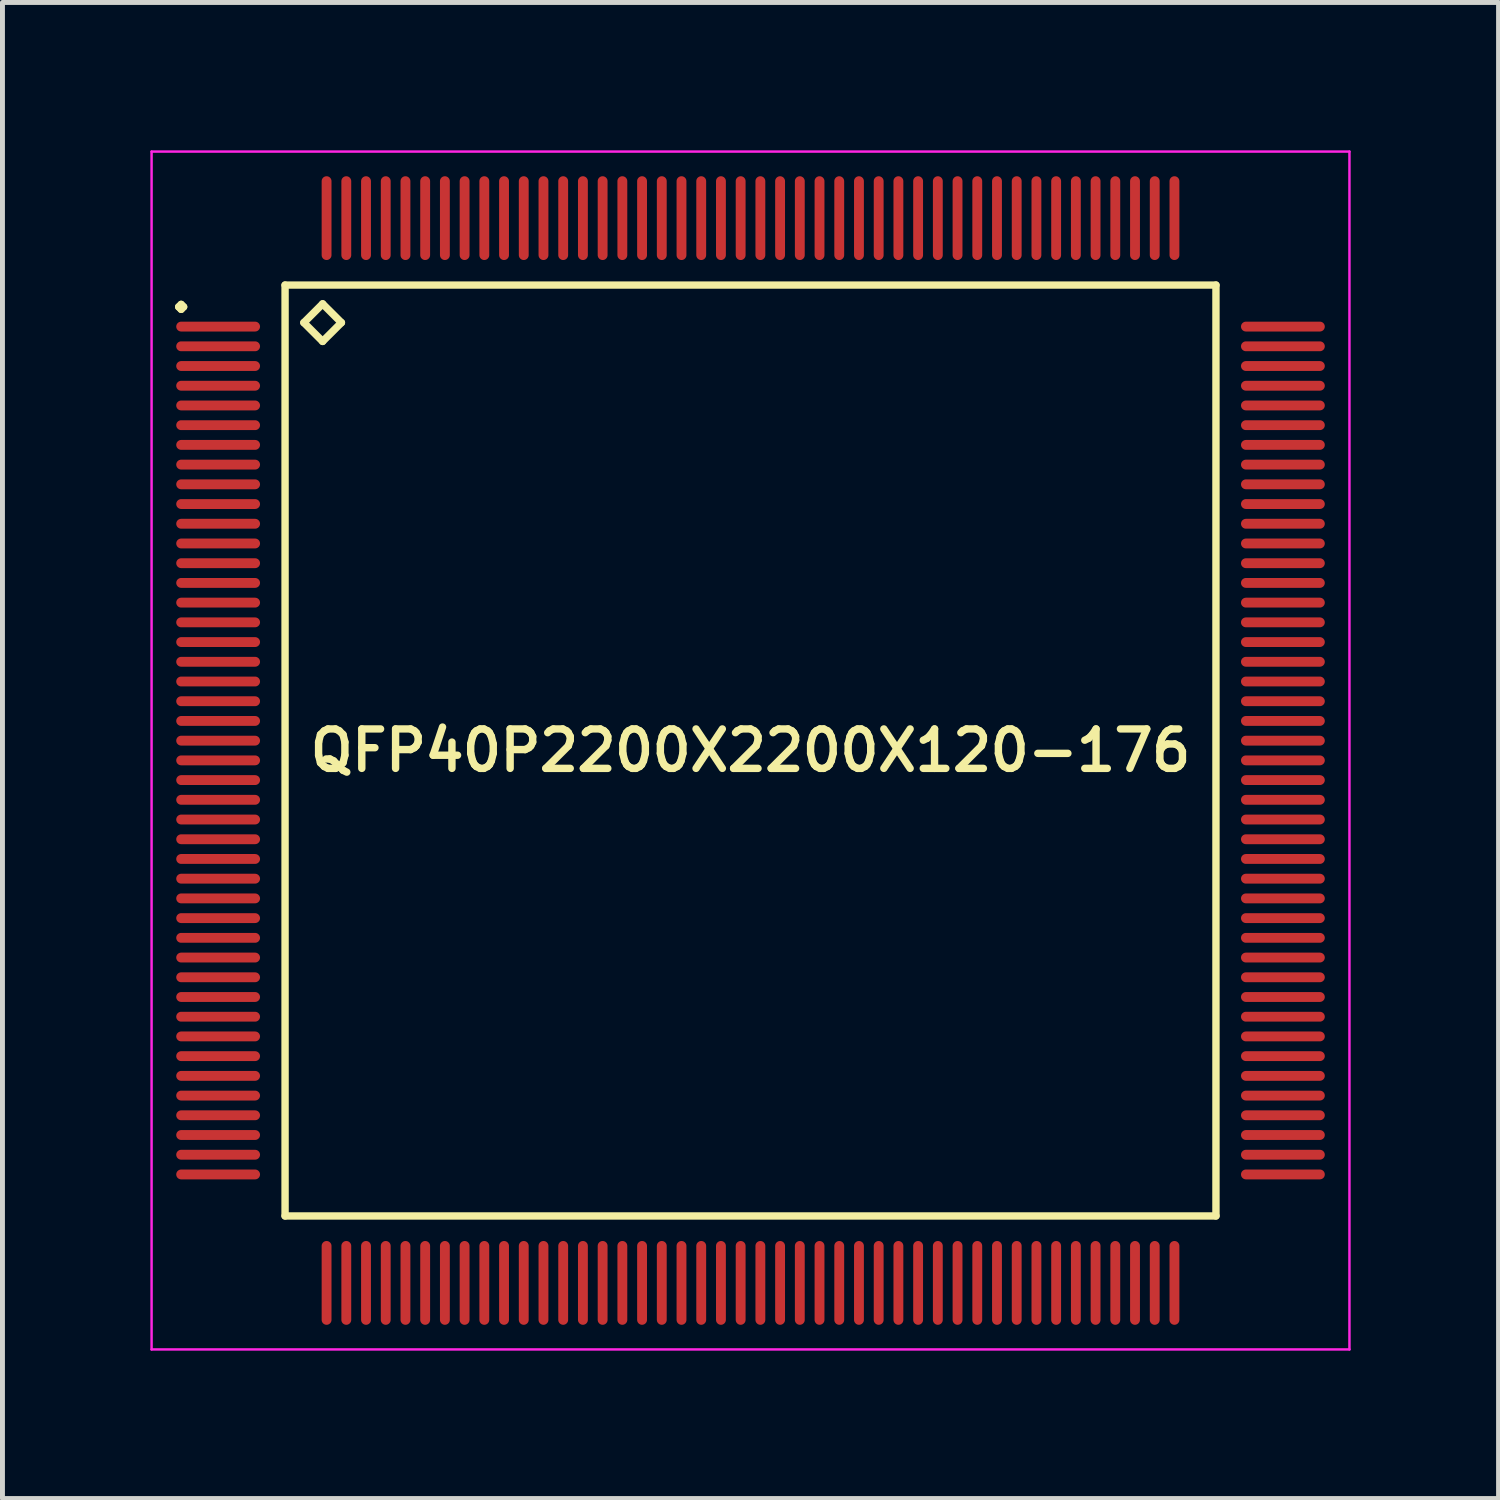
<source format=kicad_pcb>
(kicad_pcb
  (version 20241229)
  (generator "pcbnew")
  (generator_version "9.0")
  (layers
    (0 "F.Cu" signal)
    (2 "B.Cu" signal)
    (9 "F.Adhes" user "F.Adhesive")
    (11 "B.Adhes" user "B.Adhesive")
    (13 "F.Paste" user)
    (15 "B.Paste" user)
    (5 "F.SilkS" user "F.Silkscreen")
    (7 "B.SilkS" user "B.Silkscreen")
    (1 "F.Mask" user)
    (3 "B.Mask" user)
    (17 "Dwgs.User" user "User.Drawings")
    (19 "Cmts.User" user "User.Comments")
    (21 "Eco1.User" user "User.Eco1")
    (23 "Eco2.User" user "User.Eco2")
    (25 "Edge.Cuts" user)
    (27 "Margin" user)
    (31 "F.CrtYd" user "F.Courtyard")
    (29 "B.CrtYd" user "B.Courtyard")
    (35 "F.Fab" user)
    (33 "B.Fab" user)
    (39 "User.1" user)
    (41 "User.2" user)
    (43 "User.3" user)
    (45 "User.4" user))
  (footprint "QFP40P2200X2200X120-176"
    (layer "F.Cu")
    (at 12.175 12.175)
    (property "Reference" "QFP40P2200X2200X120-176" (at 0 0 0) (layer "F.SilkS") (effects (font (size 0.8 0.8) (thickness 0.15))))
    (attr smd)
    (fp_line (start -11.6 -9) (end -11.55 -9.05) (stroke (width 0.15) (type solid)) (layer "F.SilkS"))
    (fp_line (start -11.55 -9.05) (end -11.5 -9) (stroke (width 0.15) (type solid)) (layer "F.SilkS"))
    (fp_line (start -11.55 -8.95) (end -11.6 -9) (stroke (width 0.15) (type solid)) (layer "F.SilkS"))
    (fp_line (start -11.5 -9) (end -11.55 -8.95) (stroke (width 0.15) (type solid)) (layer "F.SilkS"))
    (fp_line (start -9.442 -9.442) (end -9.442 9.442) (stroke (width 0.15) (type solid)) (layer "F.SilkS"))
    (fp_line (start -9.442 9.442) (end 9.442 9.442) (stroke (width 0.15) (type solid)) (layer "F.SilkS"))
    (fp_line (start -9.061 -8.68) (end -8.68 -9.061) (stroke (width 0.15) (type solid)) (layer "F.SilkS"))
    (fp_line (start -8.68 -9.061) (end -8.299 -8.68) (stroke (width 0.15) (type solid)) (layer "F.SilkS"))
    (fp_line (start -8.68 -8.299) (end -9.061 -8.68) (stroke (width 0.15) (type solid)) (layer "F.SilkS"))
    (fp_line (start -8.299 -8.68) (end -8.68 -8.299) (stroke (width 0.15) (type solid)) (layer "F.SilkS"))
    (fp_line (start 9.442 -9.442) (end -9.442 -9.442) (stroke (width 0.15) (type solid)) (layer "F.SilkS"))
    (fp_line (start 9.442 9.442) (end 9.442 -9.442) (stroke (width 0.15) (type solid)) (layer "F.SilkS"))
    (fp_line (start -12.15 -12.15) (end 12.15 -12.15) (stroke (width 0.05) (type solid)) (layer "F.CrtYd"))
    (fp_line (start -12.15 12.15) (end -12.15 -12.15) (stroke (width 0.05) (type solid)) (layer "F.CrtYd"))
    (fp_line (start 12.15 -12.15) (end 12.15 12.15) (stroke (width 0.05) (type solid)) (layer "F.CrtYd"))
    (fp_line (start 12.15 12.15) (end -12.15 12.15) (stroke (width 0.05) (type solid)) (layer "F.CrtYd"))
    (pad "1" smd oval (at -10.8 -8.6) (size 1.7 0.2) (layers "F.Cu" "F.Mask" "F.Paste"))
    (pad "2" smd oval (at -10.8 -8.2) (size 1.7 0.2) (layers "F.Cu" "F.Mask" "F.Paste"))
    (pad "3" smd oval (at -10.8 -7.8) (size 1.7 0.2) (layers "F.Cu" "F.Mask" "F.Paste"))
    (pad "4" smd oval (at -10.8 -7.4) (size 1.7 0.2) (layers "F.Cu" "F.Mask" "F.Paste"))
    (pad "5" smd oval (at -10.8 -7) (size 1.7 0.2) (layers "F.Cu" "F.Mask" "F.Paste"))
    (pad "6" smd oval (at -10.8 -6.6) (size 1.7 0.2) (layers "F.Cu" "F.Mask" "F.Paste"))
    (pad "7" smd oval (at -10.8 -6.2) (size 1.7 0.2) (layers "F.Cu" "F.Mask" "F.Paste"))
    (pad "8" smd oval (at -10.8 -5.8) (size 1.7 0.2) (layers "F.Cu" "F.Mask" "F.Paste"))
    (pad "9" smd oval (at -10.8 -5.4) (size 1.7 0.2) (layers "F.Cu" "F.Mask" "F.Paste"))
    (pad "10" smd oval (at -10.8 -5) (size 1.7 0.2) (layers "F.Cu" "F.Mask" "F.Paste"))
    (pad "11" smd oval (at -10.8 -4.6) (size 1.7 0.2) (layers "F.Cu" "F.Mask" "F.Paste"))
    (pad "12" smd oval (at -10.8 -4.2) (size 1.7 0.2) (layers "F.Cu" "F.Mask" "F.Paste"))
    (pad "13" smd oval (at -10.8 -3.8) (size 1.7 0.2) (layers "F.Cu" "F.Mask" "F.Paste"))
    (pad "14" smd oval (at -10.8 -3.4) (size 1.7 0.2) (layers "F.Cu" "F.Mask" "F.Paste"))
    (pad "15" smd oval (at -10.8 -3) (size 1.7 0.2) (layers "F.Cu" "F.Mask" "F.Paste"))
    (pad "16" smd oval (at -10.8 -2.6) (size 1.7 0.2) (layers "F.Cu" "F.Mask" "F.Paste"))
    (pad "17" smd oval (at -10.8 -2.2) (size 1.7 0.2) (layers "F.Cu" "F.Mask" "F.Paste"))
    (pad "18" smd oval (at -10.8 -1.8) (size 1.7 0.2) (layers "F.Cu" "F.Mask" "F.Paste"))
    (pad "19" smd oval (at -10.8 -1.4) (size 1.7 0.2) (layers "F.Cu" "F.Mask" "F.Paste"))
    (pad "20" smd oval (at -10.8 -1) (size 1.7 0.2) (layers "F.Cu" "F.Mask" "F.Paste"))
    (pad "21" smd oval (at -10.8 -0.6) (size 1.7 0.2) (layers "F.Cu" "F.Mask" "F.Paste"))
    (pad "22" smd oval (at -10.8 -0.2) (size 1.7 0.2) (layers "F.Cu" "F.Mask" "F.Paste"))
    (pad "23" smd oval (at -10.8 0.2) (size 1.7 0.2) (layers "F.Cu" "F.Mask" "F.Paste"))
    (pad "24" smd oval (at -10.8 0.6) (size 1.7 0.2) (layers "F.Cu" "F.Mask" "F.Paste"))
    (pad "25" smd oval (at -10.8 1) (size 1.7 0.2) (layers "F.Cu" "F.Mask" "F.Paste"))
    (pad "26" smd oval (at -10.8 1.4) (size 1.7 0.2) (layers "F.Cu" "F.Mask" "F.Paste"))
    (pad "27" smd oval (at -10.8 1.8) (size 1.7 0.2) (layers "F.Cu" "F.Mask" "F.Paste"))
    (pad "28" smd oval (at -10.8 2.2) (size 1.7 0.2) (layers "F.Cu" "F.Mask" "F.Paste"))
    (pad "29" smd oval (at -10.8 2.6) (size 1.7 0.2) (layers "F.Cu" "F.Mask" "F.Paste"))
    (pad "30" smd oval (at -10.8 3) (size 1.7 0.2) (layers "F.Cu" "F.Mask" "F.Paste"))
    (pad "31" smd oval (at -10.8 3.4) (size 1.7 0.2) (layers "F.Cu" "F.Mask" "F.Paste"))
    (pad "32" smd oval (at -10.8 3.8) (size 1.7 0.2) (layers "F.Cu" "F.Mask" "F.Paste"))
    (pad "33" smd oval (at -10.8 4.2) (size 1.7 0.2) (layers "F.Cu" "F.Mask" "F.Paste"))
    (pad "34" smd oval (at -10.8 4.6) (size 1.7 0.2) (layers "F.Cu" "F.Mask" "F.Paste"))
    (pad "35" smd oval (at -10.8 5) (size 1.7 0.2) (layers "F.Cu" "F.Mask" "F.Paste"))
    (pad "36" smd oval (at -10.8 5.4) (size 1.7 0.2) (layers "F.Cu" "F.Mask" "F.Paste"))
    (pad "37" smd oval (at -10.8 5.8) (size 1.7 0.2) (layers "F.Cu" "F.Mask" "F.Paste"))
    (pad "38" smd oval (at -10.8 6.2) (size 1.7 0.2) (layers "F.Cu" "F.Mask" "F.Paste"))
    (pad "39" smd oval (at -10.8 6.6) (size 1.7 0.2) (layers "F.Cu" "F.Mask" "F.Paste"))
    (pad "40" smd oval (at -10.8 7) (size 1.7 0.2) (layers "F.Cu" "F.Mask" "F.Paste"))
    (pad "41" smd oval (at -10.8 7.4) (size 1.7 0.2) (layers "F.Cu" "F.Mask" "F.Paste"))
    (pad "42" smd oval (at -10.8 7.8) (size 1.7 0.2) (layers "F.Cu" "F.Mask" "F.Paste"))
    (pad "43" smd oval (at -10.8 8.2) (size 1.7 0.2) (layers "F.Cu" "F.Mask" "F.Paste"))
    (pad "44" smd oval (at -10.8 8.6) (size 1.7 0.2) (layers "F.Cu" "F.Mask" "F.Paste"))
    (pad "45" smd oval (at -8.6 10.8) (size 0.2 1.7) (layers "F.Cu" "F.Mask" "F.Paste"))
    (pad "46" smd oval (at -8.2 10.8) (size 0.2 1.7) (layers "F.Cu" "F.Mask" "F.Paste"))
    (pad "47" smd oval (at -7.8 10.8) (size 0.2 1.7) (layers "F.Cu" "F.Mask" "F.Paste"))
    (pad "48" smd oval (at -7.4 10.8) (size 0.2 1.7) (layers "F.Cu" "F.Mask" "F.Paste"))
    (pad "49" smd oval (at -7 10.8) (size 0.2 1.7) (layers "F.Cu" "F.Mask" "F.Paste"))
    (pad "50" smd oval (at -6.6 10.8) (size 0.2 1.7) (layers "F.Cu" "F.Mask" "F.Paste"))
    (pad "51" smd oval (at -6.2 10.8) (size 0.2 1.7) (layers "F.Cu" "F.Mask" "F.Paste"))
    (pad "52" smd oval (at -5.8 10.8) (size 0.2 1.7) (layers "F.Cu" "F.Mask" "F.Paste"))
    (pad "53" smd oval (at -5.4 10.8) (size 0.2 1.7) (layers "F.Cu" "F.Mask" "F.Paste"))
    (pad "54" smd oval (at -5 10.8) (size 0.2 1.7) (layers "F.Cu" "F.Mask" "F.Paste"))
    (pad "55" smd oval (at -4.6 10.8) (size 0.2 1.7) (layers "F.Cu" "F.Mask" "F.Paste"))
    (pad "56" smd oval (at -4.2 10.8) (size 0.2 1.7) (layers "F.Cu" "F.Mask" "F.Paste"))
    (pad "57" smd oval (at -3.8 10.8) (size 0.2 1.7) (layers "F.Cu" "F.Mask" "F.Paste"))
    (pad "58" smd oval (at -3.4 10.8) (size 0.2 1.7) (layers "F.Cu" "F.Mask" "F.Paste"))
    (pad "59" smd oval (at -3 10.8) (size 0.2 1.7) (layers "F.Cu" "F.Mask" "F.Paste"))
    (pad "60" smd oval (at -2.6 10.8) (size 0.2 1.7) (layers "F.Cu" "F.Mask" "F.Paste"))
    (pad "61" smd oval (at -2.2 10.8) (size 0.2 1.7) (layers "F.Cu" "F.Mask" "F.Paste"))
    (pad "62" smd oval (at -1.8 10.8) (size 0.2 1.7) (layers "F.Cu" "F.Mask" "F.Paste"))
    (pad "63" smd oval (at -1.4 10.8) (size 0.2 1.7) (layers "F.Cu" "F.Mask" "F.Paste"))
    (pad "64" smd oval (at -1 10.8) (size 0.2 1.7) (layers "F.Cu" "F.Mask" "F.Paste"))
    (pad "65" smd oval (at -0.6 10.8) (size 0.2 1.7) (layers "F.Cu" "F.Mask" "F.Paste"))
    (pad "66" smd oval (at -0.2 10.8) (size 0.2 1.7) (layers "F.Cu" "F.Mask" "F.Paste"))
    (pad "67" smd oval (at 0.2 10.8) (size 0.2 1.7) (layers "F.Cu" "F.Mask" "F.Paste"))
    (pad "68" smd oval (at 0.6 10.8) (size 0.2 1.7) (layers "F.Cu" "F.Mask" "F.Paste"))
    (pad "69" smd oval (at 1 10.8) (size 0.2 1.7) (layers "F.Cu" "F.Mask" "F.Paste"))
    (pad "70" smd oval (at 1.4 10.8) (size 0.2 1.7) (layers "F.Cu" "F.Mask" "F.Paste"))
    (pad "71" smd oval (at 1.8 10.8) (size 0.2 1.7) (layers "F.Cu" "F.Mask" "F.Paste"))
    (pad "72" smd oval (at 2.2 10.8) (size 0.2 1.7) (layers "F.Cu" "F.Mask" "F.Paste"))
    (pad "73" smd oval (at 2.6 10.8) (size 0.2 1.7) (layers "F.Cu" "F.Mask" "F.Paste"))
    (pad "74" smd oval (at 3 10.8) (size 0.2 1.7) (layers "F.Cu" "F.Mask" "F.Paste"))
    (pad "75" smd oval (at 3.4 10.8) (size 0.2 1.7) (layers "F.Cu" "F.Mask" "F.Paste"))
    (pad "76" smd oval (at 3.8 10.8) (size 0.2 1.7) (layers "F.Cu" "F.Mask" "F.Paste"))
    (pad "77" smd oval (at 4.2 10.8) (size 0.2 1.7) (layers "F.Cu" "F.Mask" "F.Paste"))
    (pad "78" smd oval (at 4.6 10.8) (size 0.2 1.7) (layers "F.Cu" "F.Mask" "F.Paste"))
    (pad "79" smd oval (at 5 10.8) (size 0.2 1.7) (layers "F.Cu" "F.Mask" "F.Paste"))
    (pad "80" smd oval (at 5.4 10.8) (size 0.2 1.7) (layers "F.Cu" "F.Mask" "F.Paste"))
    (pad "81" smd oval (at 5.8 10.8) (size 0.2 1.7) (layers "F.Cu" "F.Mask" "F.Paste"))
    (pad "82" smd oval (at 6.2 10.8) (size 0.2 1.7) (layers "F.Cu" "F.Mask" "F.Paste"))
    (pad "83" smd oval (at 6.6 10.8) (size 0.2 1.7) (layers "F.Cu" "F.Mask" "F.Paste"))
    (pad "84" smd oval (at 7 10.8) (size 0.2 1.7) (layers "F.Cu" "F.Mask" "F.Paste"))
    (pad "85" smd oval (at 7.4 10.8) (size 0.2 1.7) (layers "F.Cu" "F.Mask" "F.Paste"))
    (pad "86" smd oval (at 7.8 10.8) (size 0.2 1.7) (layers "F.Cu" "F.Mask" "F.Paste"))
    (pad "87" smd oval (at 8.2 10.8) (size 0.2 1.7) (layers "F.Cu" "F.Mask" "F.Paste"))
    (pad "88" smd oval (at 8.6 10.8) (size 0.2 1.7) (layers "F.Cu" "F.Mask" "F.Paste"))
    (pad "89" smd oval (at 10.8 8.6) (size 1.7 0.2) (layers "F.Cu" "F.Mask" "F.Paste"))
    (pad "90" smd oval (at 10.8 8.2) (size 1.7 0.2) (layers "F.Cu" "F.Mask" "F.Paste"))
    (pad "91" smd oval (at 10.8 7.8) (size 1.7 0.2) (layers "F.Cu" "F.Mask" "F.Paste"))
    (pad "92" smd oval (at 10.8 7.4) (size 1.7 0.2) (layers "F.Cu" "F.Mask" "F.Paste"))
    (pad "93" smd oval (at 10.8 7) (size 1.7 0.2) (layers "F.Cu" "F.Mask" "F.Paste"))
    (pad "94" smd oval (at 10.8 6.6) (size 1.7 0.2) (layers "F.Cu" "F.Mask" "F.Paste"))
    (pad "95" smd oval (at 10.8 6.2) (size 1.7 0.2) (layers "F.Cu" "F.Mask" "F.Paste"))
    (pad "96" smd oval (at 10.8 5.8) (size 1.7 0.2) (layers "F.Cu" "F.Mask" "F.Paste"))
    (pad "97" smd oval (at 10.8 5.4) (size 1.7 0.2) (layers "F.Cu" "F.Mask" "F.Paste"))
    (pad "98" smd oval (at 10.8 5) (size 1.7 0.2) (layers "F.Cu" "F.Mask" "F.Paste"))
    (pad "99" smd oval (at 10.8 4.6) (size 1.7 0.2) (layers "F.Cu" "F.Mask" "F.Paste"))
    (pad "100" smd oval (at 10.8 4.2) (size 1.7 0.2) (layers "F.Cu" "F.Mask" "F.Paste"))
    (pad "101" smd oval (at 10.8 3.8) (size 1.7 0.2) (layers "F.Cu" "F.Mask" "F.Paste"))
    (pad "102" smd oval (at 10.8 3.4) (size 1.7 0.2) (layers "F.Cu" "F.Mask" "F.Paste"))
    (pad "103" smd oval (at 10.8 3) (size 1.7 0.2) (layers "F.Cu" "F.Mask" "F.Paste"))
    (pad "104" smd oval (at 10.8 2.6) (size 1.7 0.2) (layers "F.Cu" "F.Mask" "F.Paste"))
    (pad "105" smd oval (at 10.8 2.2) (size 1.7 0.2) (layers "F.Cu" "F.Mask" "F.Paste"))
    (pad "106" smd oval (at 10.8 1.8) (size 1.7 0.2) (layers "F.Cu" "F.Mask" "F.Paste"))
    (pad "107" smd oval (at 10.8 1.4) (size 1.7 0.2) (layers "F.Cu" "F.Mask" "F.Paste"))
    (pad "108" smd oval (at 10.8 1) (size 1.7 0.2) (layers "F.Cu" "F.Mask" "F.Paste"))
    (pad "109" smd oval (at 10.8 0.6) (size 1.7 0.2) (layers "F.Cu" "F.Mask" "F.Paste"))
    (pad "110" smd oval (at 10.8 0.2) (size 1.7 0.2) (layers "F.Cu" "F.Mask" "F.Paste"))
    (pad "111" smd oval (at 10.8 -0.2) (size 1.7 0.2) (layers "F.Cu" "F.Mask" "F.Paste"))
    (pad "112" smd oval (at 10.8 -0.6) (size 1.7 0.2) (layers "F.Cu" "F.Mask" "F.Paste"))
    (pad "113" smd oval (at 10.8 -1) (size 1.7 0.2) (layers "F.Cu" "F.Mask" "F.Paste"))
    (pad "114" smd oval (at 10.8 -1.4) (size 1.7 0.2) (layers "F.Cu" "F.Mask" "F.Paste"))
    (pad "115" smd oval (at 10.8 -1.8) (size 1.7 0.2) (layers "F.Cu" "F.Mask" "F.Paste"))
    (pad "116" smd oval (at 10.8 -2.2) (size 1.7 0.2) (layers "F.Cu" "F.Mask" "F.Paste"))
    (pad "117" smd oval (at 10.8 -2.6) (size 1.7 0.2) (layers "F.Cu" "F.Mask" "F.Paste"))
    (pad "118" smd oval (at 10.8 -3) (size 1.7 0.2) (layers "F.Cu" "F.Mask" "F.Paste"))
    (pad "119" smd oval (at 10.8 -3.4) (size 1.7 0.2) (layers "F.Cu" "F.Mask" "F.Paste"))
    (pad "120" smd oval (at 10.8 -3.8) (size 1.7 0.2) (layers "F.Cu" "F.Mask" "F.Paste"))
    (pad "121" smd oval (at 10.8 -4.2) (size 1.7 0.2) (layers "F.Cu" "F.Mask" "F.Paste"))
    (pad "122" smd oval (at 10.8 -4.6) (size 1.7 0.2) (layers "F.Cu" "F.Mask" "F.Paste"))
    (pad "123" smd oval (at 10.8 -5) (size 1.7 0.2) (layers "F.Cu" "F.Mask" "F.Paste"))
    (pad "124" smd oval (at 10.8 -5.4) (size 1.7 0.2) (layers "F.Cu" "F.Mask" "F.Paste"))
    (pad "125" smd oval (at 10.8 -5.8) (size 1.7 0.2) (layers "F.Cu" "F.Mask" "F.Paste"))
    (pad "126" smd oval (at 10.8 -6.2) (size 1.7 0.2) (layers "F.Cu" "F.Mask" "F.Paste"))
    (pad "127" smd oval (at 10.8 -6.6) (size 1.7 0.2) (layers "F.Cu" "F.Mask" "F.Paste"))
    (pad "128" smd oval (at 10.8 -7) (size 1.7 0.2) (layers "F.Cu" "F.Mask" "F.Paste"))
    (pad "129" smd oval (at 10.8 -7.4) (size 1.7 0.2) (layers "F.Cu" "F.Mask" "F.Paste"))
    (pad "130" smd oval (at 10.8 -7.8) (size 1.7 0.2) (layers "F.Cu" "F.Mask" "F.Paste"))
    (pad "131" smd oval (at 10.8 -8.2) (size 1.7 0.2) (layers "F.Cu" "F.Mask" "F.Paste"))
    (pad "132" smd oval (at 10.8 -8.6) (size 1.7 0.2) (layers "F.Cu" "F.Mask" "F.Paste"))
    (pad "133" smd oval (at 8.6 -10.8) (size 0.2 1.7) (layers "F.Cu" "F.Mask" "F.Paste"))
    (pad "134" smd oval (at 8.2 -10.8) (size 0.2 1.7) (layers "F.Cu" "F.Mask" "F.Paste"))
    (pad "135" smd oval (at 7.8 -10.8) (size 0.2 1.7) (layers "F.Cu" "F.Mask" "F.Paste"))
    (pad "136" smd oval (at 7.4 -10.8) (size 0.2 1.7) (layers "F.Cu" "F.Mask" "F.Paste"))
    (pad "137" smd oval (at 7 -10.8) (size 0.2 1.7) (layers "F.Cu" "F.Mask" "F.Paste"))
    (pad "138" smd oval (at 6.6 -10.8) (size 0.2 1.7) (layers "F.Cu" "F.Mask" "F.Paste"))
    (pad "139" smd oval (at 6.2 -10.8) (size 0.2 1.7) (layers "F.Cu" "F.Mask" "F.Paste"))
    (pad "140" smd oval (at 5.8 -10.8) (size 0.2 1.7) (layers "F.Cu" "F.Mask" "F.Paste"))
    (pad "141" smd oval (at 5.4 -10.8) (size 0.2 1.7) (layers "F.Cu" "F.Mask" "F.Paste"))
    (pad "142" smd oval (at 5 -10.8) (size 0.2 1.7) (layers "F.Cu" "F.Mask" "F.Paste"))
    (pad "143" smd oval (at 4.6 -10.8) (size 0.2 1.7) (layers "F.Cu" "F.Mask" "F.Paste"))
    (pad "144" smd oval (at 4.2 -10.8) (size 0.2 1.7) (layers "F.Cu" "F.Mask" "F.Paste"))
    (pad "145" smd oval (at 3.8 -10.8) (size 0.2 1.7) (layers "F.Cu" "F.Mask" "F.Paste"))
    (pad "146" smd oval (at 3.4 -10.8) (size 0.2 1.7) (layers "F.Cu" "F.Mask" "F.Paste"))
    (pad "147" smd oval (at 3 -10.8) (size 0.2 1.7) (layers "F.Cu" "F.Mask" "F.Paste"))
    (pad "148" smd oval (at 2.6 -10.8) (size 0.2 1.7) (layers "F.Cu" "F.Mask" "F.Paste"))
    (pad "149" smd oval (at 2.2 -10.8) (size 0.2 1.7) (layers "F.Cu" "F.Mask" "F.Paste"))
    (pad "150" smd oval (at 1.8 -10.8) (size 0.2 1.7) (layers "F.Cu" "F.Mask" "F.Paste"))
    (pad "151" smd oval (at 1.4 -10.8) (size 0.2 1.7) (layers "F.Cu" "F.Mask" "F.Paste"))
    (pad "152" smd oval (at 1 -10.8) (size 0.2 1.7) (layers "F.Cu" "F.Mask" "F.Paste"))
    (pad "153" smd oval (at 0.6 -10.8) (size 0.2 1.7) (layers "F.Cu" "F.Mask" "F.Paste"))
    (pad "154" smd oval (at 0.2 -10.8) (size 0.2 1.7) (layers "F.Cu" "F.Mask" "F.Paste"))
    (pad "155" smd oval (at -0.2 -10.8) (size 0.2 1.7) (layers "F.Cu" "F.Mask" "F.Paste"))
    (pad "156" smd oval (at -0.6 -10.8) (size 0.2 1.7) (layers "F.Cu" "F.Mask" "F.Paste"))
    (pad "157" smd oval (at -1 -10.8) (size 0.2 1.7) (layers "F.Cu" "F.Mask" "F.Paste"))
    (pad "158" smd oval (at -1.4 -10.8) (size 0.2 1.7) (layers "F.Cu" "F.Mask" "F.Paste"))
    (pad "159" smd oval (at -1.8 -10.8) (size 0.2 1.7) (layers "F.Cu" "F.Mask" "F.Paste"))
    (pad "160" smd oval (at -2.2 -10.8) (size 0.2 1.7) (layers "F.Cu" "F.Mask" "F.Paste"))
    (pad "161" smd oval (at -2.6 -10.8) (size 0.2 1.7) (layers "F.Cu" "F.Mask" "F.Paste"))
    (pad "162" smd oval (at -3 -10.8) (size 0.2 1.7) (layers "F.Cu" "F.Mask" "F.Paste"))
    (pad "163" smd oval (at -3.4 -10.8) (size 0.2 1.7) (layers "F.Cu" "F.Mask" "F.Paste"))
    (pad "164" smd oval (at -3.8 -10.8) (size 0.2 1.7) (layers "F.Cu" "F.Mask" "F.Paste"))
    (pad "165" smd oval (at -4.2 -10.8) (size 0.2 1.7) (layers "F.Cu" "F.Mask" "F.Paste"))
    (pad "166" smd oval (at -4.6 -10.8) (size 0.2 1.7) (layers "F.Cu" "F.Mask" "F.Paste"))
    (pad "167" smd oval (at -5 -10.8) (size 0.2 1.7) (layers "F.Cu" "F.Mask" "F.Paste"))
    (pad "168" smd oval (at -5.4 -10.8) (size 0.2 1.7) (layers "F.Cu" "F.Mask" "F.Paste"))
    (pad "169" smd oval (at -5.8 -10.8) (size 0.2 1.7) (layers "F.Cu" "F.Mask" "F.Paste"))
    (pad "170" smd oval (at -6.2 -10.8) (size 0.2 1.7) (layers "F.Cu" "F.Mask" "F.Paste"))
    (pad "171" smd oval (at -6.6 -10.8) (size 0.2 1.7) (layers "F.Cu" "F.Mask" "F.Paste"))
    (pad "172" smd oval (at -7 -10.8) (size 0.2 1.7) (layers "F.Cu" "F.Mask" "F.Paste"))
    (pad "173" smd oval (at -7.4 -10.8) (size 0.2 1.7) (layers "F.Cu" "F.Mask" "F.Paste"))
    (pad "174" smd oval (at -7.8 -10.8) (size 0.2 1.7) (layers "F.Cu" "F.Mask" "F.Paste"))
    (pad "175" smd oval (at -8.2 -10.8) (size 0.2 1.7) (layers "F.Cu" "F.Mask" "F.Paste"))
    (pad "176" smd oval (at -8.6 -10.8) (size 0.2 1.7) (layers "F.Cu" "F.Mask" "F.Paste")))
  (gr_rect
    (start -3 -3)
    (end 27.35 27.35)
    (stroke (width 0.1) (type default))
    (fill no)
    (layer "Edge.Cuts")))
</source>
